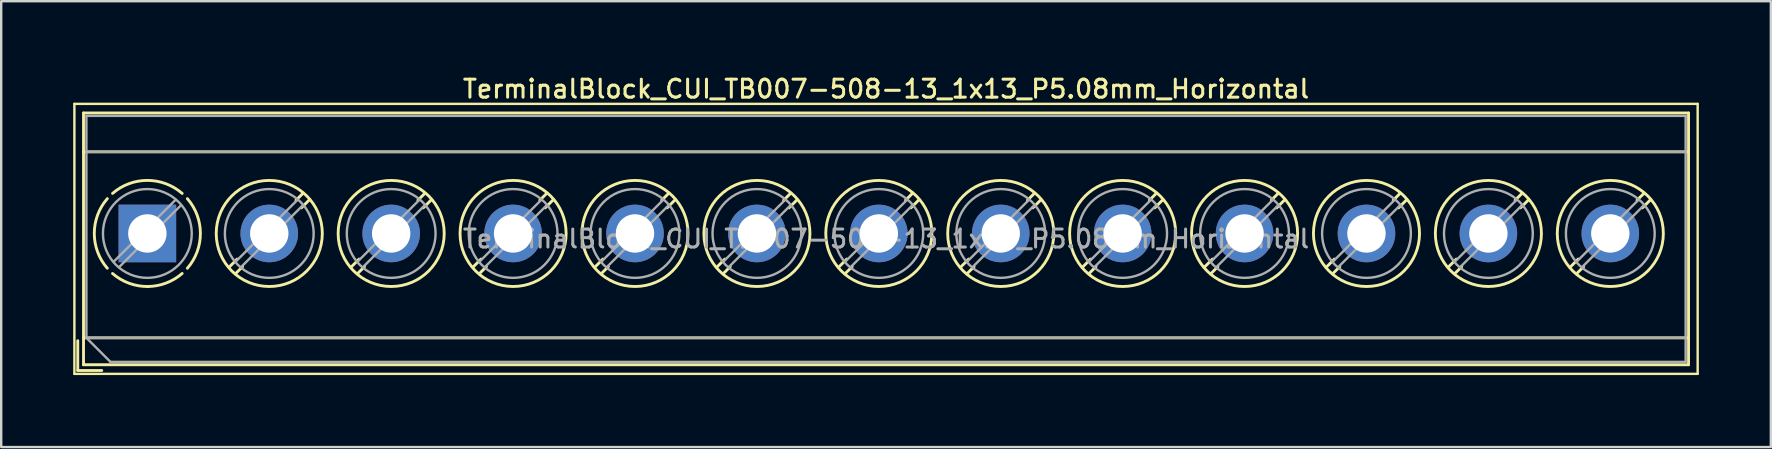
<source format=kicad_pcb>
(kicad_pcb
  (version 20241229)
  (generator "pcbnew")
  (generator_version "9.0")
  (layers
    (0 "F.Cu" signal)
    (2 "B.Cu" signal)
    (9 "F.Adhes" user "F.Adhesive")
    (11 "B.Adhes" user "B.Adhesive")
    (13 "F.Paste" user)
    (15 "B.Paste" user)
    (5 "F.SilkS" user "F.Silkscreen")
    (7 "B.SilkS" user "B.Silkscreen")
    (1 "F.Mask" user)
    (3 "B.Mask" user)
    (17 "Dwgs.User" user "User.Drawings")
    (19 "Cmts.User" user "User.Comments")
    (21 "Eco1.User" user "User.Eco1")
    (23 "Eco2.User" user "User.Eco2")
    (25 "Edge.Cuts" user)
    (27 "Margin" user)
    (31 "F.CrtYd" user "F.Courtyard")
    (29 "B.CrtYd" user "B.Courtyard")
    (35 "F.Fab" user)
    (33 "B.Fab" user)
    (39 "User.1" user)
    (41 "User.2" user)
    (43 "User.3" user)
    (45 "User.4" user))
  (footprint "TerminalBlock_CUI_TB007-508-13_1x13_P5.08mm_Horizontal"
    (layer "F.Cu")
    (at 3.09 6.678)
    (property "Reference" "TerminalBlock_CUI_TB007-508-13_1x13_P5.08mm_Horizontal" (at 30.78 -6.02 0) (layer "F.SilkS") (effects (font (size 0.75 0.75) (thickness 0.125))))
    (attr through_hole)
    (fp_line (start -3.04 -5.4) (end -3.04 5.85) (stroke (width 0.1) (type solid)) (layer "F.SilkS"))
    (fp_line (start -3.04 5.85) (end 64.6 5.85) (stroke (width 0.1) (type solid)) (layer "F.SilkS"))
    (fp_line (start -2.9 4.47) (end -2.9 5.71) (stroke (width 0.12) (type solid)) (layer "F.SilkS"))
    (fp_line (start -2.9 5.71) (end -1.9 5.71) (stroke (width 0.12) (type solid)) (layer "F.SilkS"))
    (fp_line (start -2.66 -5.02) (end -2.66 5.47) (stroke (width 0.12) (type solid)) (layer "F.SilkS"))
    (fp_line (start -2.66 -5.02) (end 64.22 -5.02) (stroke (width 0.12) (type solid)) (layer "F.SilkS"))
    (fp_line (start -2.66 -3.401) (end 64.22 -3.401) (stroke (width 0.12) (type solid)) (layer "F.SilkS"))
    (fp_line (start -2.66 4.35) (end 64.22 4.35) (stroke (width 0.12) (type solid)) (layer "F.SilkS"))
    (fp_line (start -2.66 5.47) (end 64.22 5.47) (stroke (width 0.12) (type solid)) (layer "F.SilkS"))
    (fp_line (start 3.743 1.068) (end 3.404 1.407) (stroke (width 0.12) (type solid)) (layer "F.SilkS"))
    (fp_line (start 3.967 1.384) (end 3.674 1.676) (stroke (width 0.12) (type solid)) (layer "F.SilkS"))
    (fp_line (start 6.487 -1.676) (end 6.194 -1.384) (stroke (width 0.12) (type solid)) (layer "F.SilkS"))
    (fp_line (start 6.757 -1.407) (end 6.418 -1.068) (stroke (width 0.12) (type solid)) (layer "F.SilkS"))
    (fp_line (start 8.823 1.068) (end 8.484 1.407) (stroke (width 0.12) (type solid)) (layer "F.SilkS"))
    (fp_line (start 9.047 1.384) (end 8.754 1.676) (stroke (width 0.12) (type solid)) (layer "F.SilkS"))
    (fp_line (start 11.567 -1.676) (end 11.274 -1.384) (stroke (width 0.12) (type solid)) (layer "F.SilkS"))
    (fp_line (start 11.837 -1.407) (end 11.498 -1.068) (stroke (width 0.12) (type solid)) (layer "F.SilkS"))
    (fp_line (start 13.903 1.068) (end 13.564 1.407) (stroke (width 0.12) (type solid)) (layer "F.SilkS"))
    (fp_line (start 14.127 1.384) (end 13.834 1.676) (stroke (width 0.12) (type solid)) (layer "F.SilkS"))
    (fp_line (start 16.647 -1.676) (end 16.354 -1.384) (stroke (width 0.12) (type solid)) (layer "F.SilkS"))
    (fp_line (start 16.917 -1.407) (end 16.578 -1.068) (stroke (width 0.12) (type solid)) (layer "F.SilkS"))
    (fp_line (start 18.983 1.068) (end 18.644 1.407) (stroke (width 0.12) (type solid)) (layer "F.SilkS"))
    (fp_line (start 19.207 1.384) (end 18.914 1.676) (stroke (width 0.12) (type solid)) (layer "F.SilkS"))
    (fp_line (start 21.727 -1.676) (end 21.434 -1.384) (stroke (width 0.12) (type solid)) (layer "F.SilkS"))
    (fp_line (start 21.997 -1.407) (end 21.658 -1.068) (stroke (width 0.12) (type solid)) (layer "F.SilkS"))
    (fp_line (start 24.063 1.068) (end 23.724 1.407) (stroke (width 0.12) (type solid)) (layer "F.SilkS"))
    (fp_line (start 24.287 1.384) (end 23.994 1.676) (stroke (width 0.12) (type solid)) (layer "F.SilkS"))
    (fp_line (start 26.807 -1.676) (end 26.514 -1.384) (stroke (width 0.12) (type solid)) (layer "F.SilkS"))
    (fp_line (start 27.077 -1.407) (end 26.738 -1.068) (stroke (width 0.12) (type solid)) (layer "F.SilkS"))
    (fp_line (start 29.143 1.068) (end 28.804 1.407) (stroke (width 0.12) (type solid)) (layer "F.SilkS"))
    (fp_line (start 29.367 1.384) (end 29.074 1.676) (stroke (width 0.12) (type solid)) (layer "F.SilkS"))
    (fp_line (start 31.887 -1.676) (end 31.594 -1.384) (stroke (width 0.12) (type solid)) (layer "F.SilkS"))
    (fp_line (start 32.157 -1.407) (end 31.818 -1.068) (stroke (width 0.12) (type solid)) (layer "F.SilkS"))
    (fp_line (start 34.223 1.068) (end 33.884 1.407) (stroke (width 0.12) (type solid)) (layer "F.SilkS"))
    (fp_line (start 34.447 1.384) (end 34.154 1.676) (stroke (width 0.12) (type solid)) (layer "F.SilkS"))
    (fp_line (start 36.967 -1.676) (end 36.674 -1.384) (stroke (width 0.12) (type solid)) (layer "F.SilkS"))
    (fp_line (start 37.237 -1.407) (end 36.898 -1.068) (stroke (width 0.12) (type solid)) (layer "F.SilkS"))
    (fp_line (start 39.303 1.068) (end 38.964 1.407) (stroke (width 0.12) (type solid)) (layer "F.SilkS"))
    (fp_line (start 39.527 1.384) (end 39.234 1.676) (stroke (width 0.12) (type solid)) (layer "F.SilkS"))
    (fp_line (start 42.047 -1.676) (end 41.754 -1.384) (stroke (width 0.12) (type solid)) (layer "F.SilkS"))
    (fp_line (start 42.317 -1.407) (end 41.978 -1.068) (stroke (width 0.12) (type solid)) (layer "F.SilkS"))
    (fp_line (start 44.383 1.068) (end 44.044 1.407) (stroke (width 0.12) (type solid)) (layer "F.SilkS"))
    (fp_line (start 44.607 1.384) (end 44.314 1.676) (stroke (width 0.12) (type solid)) (layer "F.SilkS"))
    (fp_line (start 47.127 -1.676) (end 46.834 -1.384) (stroke (width 0.12) (type solid)) (layer "F.SilkS"))
    (fp_line (start 47.397 -1.407) (end 47.058 -1.068) (stroke (width 0.12) (type solid)) (layer "F.SilkS"))
    (fp_line (start 49.463 1.068) (end 49.124 1.407) (stroke (width 0.12) (type solid)) (layer "F.SilkS"))
    (fp_line (start 49.687 1.384) (end 49.394 1.676) (stroke (width 0.12) (type solid)) (layer "F.SilkS"))
    (fp_line (start 52.207 -1.676) (end 51.914 -1.384) (stroke (width 0.12) (type solid)) (layer "F.SilkS"))
    (fp_line (start 52.477 -1.407) (end 52.138 -1.068) (stroke (width 0.12) (type solid)) (layer "F.SilkS"))
    (fp_line (start 54.543 1.068) (end 54.204 1.407) (stroke (width 0.12) (type solid)) (layer "F.SilkS"))
    (fp_line (start 54.767 1.384) (end 54.474 1.676) (stroke (width 0.12) (type solid)) (layer "F.SilkS"))
    (fp_line (start 57.287 -1.676) (end 56.994 -1.384) (stroke (width 0.12) (type solid)) (layer "F.SilkS"))
    (fp_line (start 57.557 -1.407) (end 57.218 -1.068) (stroke (width 0.12) (type solid)) (layer "F.SilkS"))
    (fp_line (start 59.623 1.068) (end 59.284 1.407) (stroke (width 0.12) (type solid)) (layer "F.SilkS"))
    (fp_line (start 59.847 1.384) (end 59.554 1.676) (stroke (width 0.12) (type solid)) (layer "F.SilkS"))
    (fp_line (start 62.367 -1.676) (end 62.074 -1.384) (stroke (width 0.12) (type solid)) (layer "F.SilkS"))
    (fp_line (start 62.637 -1.407) (end 62.298 -1.068) (stroke (width 0.12) (type solid)) (layer "F.SilkS"))
    (fp_line (start 64.22 -5.02) (end 64.22 5.47) (stroke (width 0.12) (type solid)) (layer "F.SilkS"))
    (fp_line (start 64.6 -5.4) (end -3.04 -5.4) (stroke (width 0.1) (type solid)) (layer "F.SilkS"))
    (fp_line (start 64.6 5.85) (end 64.6 -5.4) (stroke (width 0.1) (type solid)) (layer "F.SilkS"))
    (fp_arc (start -1.66902 1.449827) (mid -2.210797 -0.000777) (end -1.668 -1.451) (stroke (width 0.12) (type solid)) (layer "F.SilkS"))
    (fp_arc (start -1.449827 -1.66902) (mid 0.000777 -2.210797) (end 1.451 -1.668) (stroke (width 0.12) (type solid)) (layer "F.SilkS"))
    (fp_arc (start 0.037807 2.210474) (mid -0.756867 2.077204) (end -1.451 1.668) (stroke (width 0.12) (type solid)) (layer "F.SilkS"))
    (fp_arc (start 1.44989 1.667908) (mid 0.773958 2.070046) (end 0 2.21) (stroke (width 0.12) (type solid)) (layer "F.SilkS"))
    (fp_arc (start 1.668029 -1.449966) (mid 2.210141 0.000022) (end 1.668 1.45) (stroke (width 0.12) (type solid)) (layer "F.SilkS"))
    (fp_circle (center 5.08 0) (end 7.29 0) (stroke (width 0.12) (type solid)) (fill no) (layer "F.SilkS"))
    (fp_circle (center 10.16 0) (end 12.37 0) (stroke (width 0.12) (type solid)) (fill no) (layer "F.SilkS"))
    (fp_circle (center 15.24 0) (end 17.45 0) (stroke (width 0.12) (type solid)) (fill no) (layer "F.SilkS"))
    (fp_circle (center 20.32 0) (end 22.53 0) (stroke (width 0.12) (type solid)) (fill no) (layer "F.SilkS"))
    (fp_circle (center 25.4 0) (end 27.61 0) (stroke (width 0.12) (type solid)) (fill no) (layer "F.SilkS"))
    (fp_circle (center 30.48 0) (end 32.69 0) (stroke (width 0.12) (type solid)) (fill no) (layer "F.SilkS"))
    (fp_circle (center 35.56 0) (end 37.77 0) (stroke (width 0.12) (type solid)) (fill no) (layer "F.SilkS"))
    (fp_circle (center 40.64 0) (end 42.85 0) (stroke (width 0.12) (type solid)) (fill no) (layer "F.SilkS"))
    (fp_circle (center 45.72 0) (end 47.93 0) (stroke (width 0.12) (type solid)) (fill no) (layer "F.SilkS"))
    (fp_circle (center 50.8 0) (end 53.01 0) (stroke (width 0.12) (type solid)) (fill no) (layer "F.SilkS"))
    (fp_circle (center 55.88 0) (end 58.09 0) (stroke (width 0.12) (type solid)) (fill no) (layer "F.SilkS"))
    (fp_circle (center 60.96 0) (end 63.17 0) (stroke (width 0.12) (type solid)) (fill no) (layer "F.SilkS"))
    (fp_line (start -2.54 -4.9) (end 64.1 -4.9) (stroke (width 0.1) (type solid)) (layer "F.Fab"))
    (fp_line (start -2.54 -3.4) (end 64.1 -3.4) (stroke (width 0.1) (type solid)) (layer "F.Fab"))
    (fp_line (start -2.54 4.35) (end -2.54 -4.9) (stroke (width 0.1) (type solid)) (layer "F.Fab"))
    (fp_line (start -2.54 4.35) (end 64.1 4.35) (stroke (width 0.1) (type solid)) (layer "F.Fab"))
    (fp_line (start -1.54 5.35) (end -2.54 4.35) (stroke (width 0.1) (type solid)) (layer "F.Fab"))
    (fp_line (start 1.178 -1.403) (end -1.404 1.178) (stroke (width 0.1) (type solid)) (layer "F.Fab"))
    (fp_line (start 1.404 -1.178) (end -1.178 1.403) (stroke (width 0.1) (type solid)) (layer "F.Fab"))
    (fp_line (start 6.258 -1.403) (end 3.677 1.178) (stroke (width 0.1) (type solid)) (layer "F.Fab"))
    (fp_line (start 6.484 -1.178) (end 3.903 1.403) (stroke (width 0.1) (type solid)) (layer "F.Fab"))
    (fp_line (start 11.338 -1.403) (end 8.757 1.178) (stroke (width 0.1) (type solid)) (layer "F.Fab"))
    (fp_line (start 11.564 -1.178) (end 8.983 1.403) (stroke (width 0.1) (type solid)) (layer "F.Fab"))
    (fp_line (start 16.418 -1.403) (end 13.837 1.178) (stroke (width 0.1) (type solid)) (layer "F.Fab"))
    (fp_line (start 16.644 -1.178) (end 14.063 1.403) (stroke (width 0.1) (type solid)) (layer "F.Fab"))
    (fp_line (start 21.498 -1.403) (end 18.917 1.178) (stroke (width 0.1) (type solid)) (layer "F.Fab"))
    (fp_line (start 21.724 -1.178) (end 19.143 1.403) (stroke (width 0.1) (type solid)) (layer "F.Fab"))
    (fp_line (start 26.578 -1.403) (end 23.997 1.178) (stroke (width 0.1) (type solid)) (layer "F.Fab"))
    (fp_line (start 26.804 -1.178) (end 24.223 1.403) (stroke (width 0.1) (type solid)) (layer "F.Fab"))
    (fp_line (start 31.658 -1.403) (end 29.077 1.178) (stroke (width 0.1) (type solid)) (layer "F.Fab"))
    (fp_line (start 31.884 -1.178) (end 29.303 1.403) (stroke (width 0.1) (type solid)) (layer "F.Fab"))
    (fp_line (start 36.738 -1.403) (end 34.157 1.178) (stroke (width 0.1) (type solid)) (layer "F.Fab"))
    (fp_line (start 36.964 -1.178) (end 34.383 1.403) (stroke (width 0.1) (type solid)) (layer "F.Fab"))
    (fp_line (start 41.818 -1.403) (end 39.237 1.178) (stroke (width 0.1) (type solid)) (layer "F.Fab"))
    (fp_line (start 42.044 -1.178) (end 39.463 1.403) (stroke (width 0.1) (type solid)) (layer "F.Fab"))
    (fp_line (start 46.898 -1.403) (end 44.317 1.178) (stroke (width 0.1) (type solid)) (layer "F.Fab"))
    (fp_line (start 47.124 -1.178) (end 44.543 1.403) (stroke (width 0.1) (type solid)) (layer "F.Fab"))
    (fp_line (start 51.978 -1.403) (end 49.397 1.178) (stroke (width 0.1) (type solid)) (layer "F.Fab"))
    (fp_line (start 52.204 -1.178) (end 49.623 1.403) (stroke (width 0.1) (type solid)) (layer "F.Fab"))
    (fp_line (start 57.058 -1.403) (end 54.477 1.178) (stroke (width 0.1) (type solid)) (layer "F.Fab"))
    (fp_line (start 57.284 -1.178) (end 54.703 1.403) (stroke (width 0.1) (type solid)) (layer "F.Fab"))
    (fp_line (start 62.138 -1.403) (end 59.557 1.178) (stroke (width 0.1) (type solid)) (layer "F.Fab"))
    (fp_line (start 62.364 -1.178) (end 59.783 1.403) (stroke (width 0.1) (type solid)) (layer "F.Fab"))
    (fp_line (start 64.1 -4.9) (end 64.1 5.35) (stroke (width 0.1) (type solid)) (layer "F.Fab"))
    (fp_line (start 64.1 5.35) (end -1.54 5.35) (stroke (width 0.1) (type solid)) (layer "F.Fab"))
    (fp_circle (center 0 0) (end 1.85 0) (stroke (width 0.1) (type solid)) (fill no) (layer "F.Fab"))
    (fp_circle (center 5.08 0) (end 6.93 0) (stroke (width 0.1) (type solid)) (fill no) (layer "F.Fab"))
    (fp_circle (center 10.16 0) (end 12.01 0) (stroke (width 0.1) (type solid)) (fill no) (layer "F.Fab"))
    (fp_circle (center 15.24 0) (end 17.09 0) (stroke (width 0.1) (type solid)) (fill no) (layer "F.Fab"))
    (fp_circle (center 20.32 0) (end 22.17 0) (stroke (width 0.1) (type solid)) (fill no) (layer "F.Fab"))
    (fp_circle (center 25.4 0) (end 27.25 0) (stroke (width 0.1) (type solid)) (fill no) (layer "F.Fab"))
    (fp_circle (center 30.48 0) (end 32.33 0) (stroke (width 0.1) (type solid)) (fill no) (layer "F.Fab"))
    (fp_circle (center 35.56 0) (end 37.41 0) (stroke (width 0.1) (type solid)) (fill no) (layer "F.Fab"))
    (fp_circle (center 40.64 0) (end 42.49 0) (stroke (width 0.1) (type solid)) (fill no) (layer "F.Fab"))
    (fp_circle (center 45.72 0) (end 47.57 0) (stroke (width 0.1) (type solid)) (fill no) (layer "F.Fab"))
    (fp_circle (center 50.8 0) (end 52.65 0) (stroke (width 0.1) (type solid)) (fill no) (layer "F.Fab"))
    (fp_circle (center 55.88 0) (end 57.73 0) (stroke (width 0.1) (type solid)) (fill no) (layer "F.Fab"))
    (fp_circle (center 60.96 0) (end 62.81 0) (stroke (width 0.1) (type solid)) (fill no) (layer "F.Fab"))
    (fp_text user "${REFERENCE}" (at 30.78 0.225 0) (layer "F.Fab") (effects (font (size 0.75 0.75) (thickness 0.125))))
    (pad "1" thru_hole rect (at 0 0) (size 2.4 2.4) (drill 1.6) (layers "*.Cu" "*.Mask"))
    (pad "2" thru_hole circle (at 5.08 0) (size 2.4 2.4) (drill 1.6) (layers "*.Cu" "*.Mask"))
    (pad "3" thru_hole circle (at 10.16 0) (size 2.4 2.4) (drill 1.6) (layers "*.Cu" "*.Mask"))
    (pad "4" thru_hole circle (at 15.24 0) (size 2.4 2.4) (drill 1.6) (layers "*.Cu" "*.Mask"))
    (pad "5" thru_hole circle (at 20.32 0) (size 2.4 2.4) (drill 1.6) (layers "*.Cu" "*.Mask"))
    (pad "6" thru_hole circle (at 25.4 0) (size 2.4 2.4) (drill 1.6) (layers "*.Cu" "*.Mask"))
    (pad "7" thru_hole circle (at 30.48 0) (size 2.4 2.4) (drill 1.6) (layers "*.Cu" "*.Mask"))
    (pad "8" thru_hole circle (at 35.56 0) (size 2.4 2.4) (drill 1.6) (layers "*.Cu" "*.Mask"))
    (pad "9" thru_hole circle (at 40.64 0) (size 2.4 2.4) (drill 1.6) (layers "*.Cu" "*.Mask"))
    (pad "10" thru_hole circle (at 45.72 0) (size 2.4 2.4) (drill 1.6) (layers "*.Cu" "*.Mask"))
    (pad "11" thru_hole circle (at 50.8 0) (size 2.4 2.4) (drill 1.6) (layers "*.Cu" "*.Mask"))
    (pad "12" thru_hole circle (at 55.88 0) (size 2.4 2.4) (drill 1.6) (layers "*.Cu" "*.Mask"))
    (pad "13" thru_hole circle (at 60.96 0) (size 2.4 2.4) (drill 1.6) (layers "*.Cu" "*.Mask")))
  (gr_rect
    (start -3 -3)
    (end 70.74 15.578)
    (stroke (width 0.1) (type default))
    (fill no)
    (layer "Edge.Cuts")))
</source>
